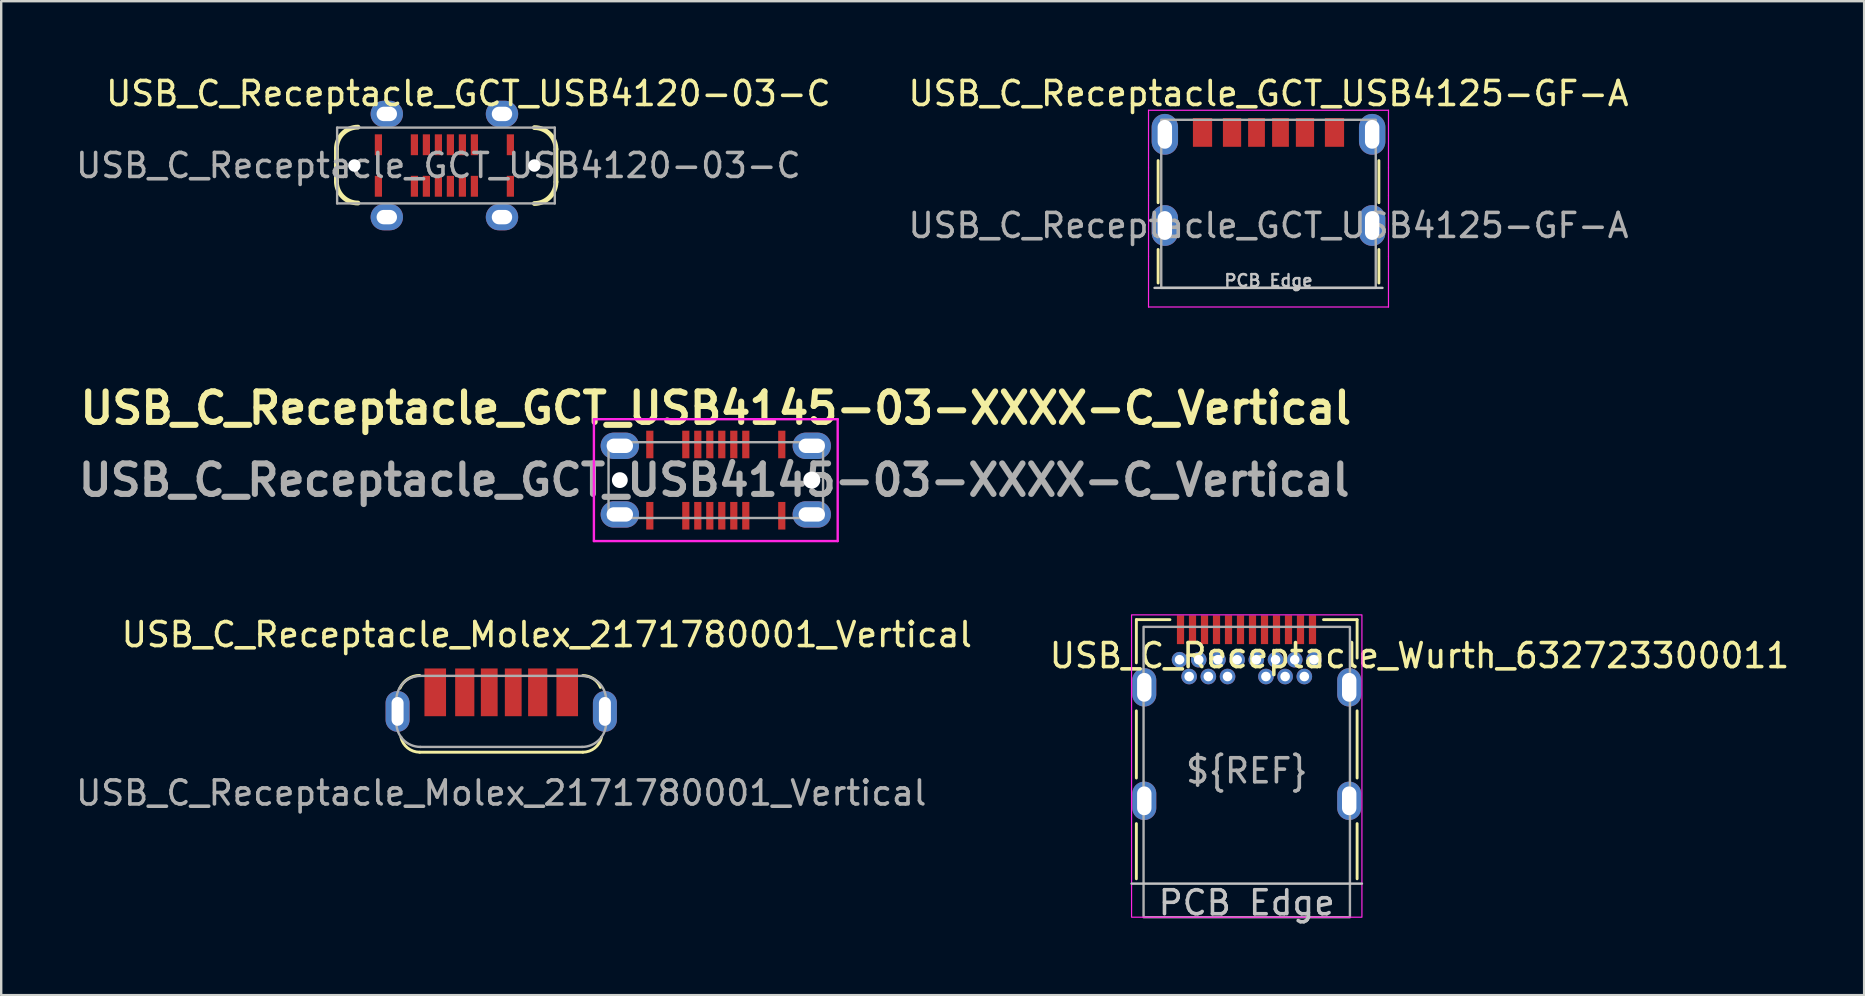
<source format=kicad_pcb>
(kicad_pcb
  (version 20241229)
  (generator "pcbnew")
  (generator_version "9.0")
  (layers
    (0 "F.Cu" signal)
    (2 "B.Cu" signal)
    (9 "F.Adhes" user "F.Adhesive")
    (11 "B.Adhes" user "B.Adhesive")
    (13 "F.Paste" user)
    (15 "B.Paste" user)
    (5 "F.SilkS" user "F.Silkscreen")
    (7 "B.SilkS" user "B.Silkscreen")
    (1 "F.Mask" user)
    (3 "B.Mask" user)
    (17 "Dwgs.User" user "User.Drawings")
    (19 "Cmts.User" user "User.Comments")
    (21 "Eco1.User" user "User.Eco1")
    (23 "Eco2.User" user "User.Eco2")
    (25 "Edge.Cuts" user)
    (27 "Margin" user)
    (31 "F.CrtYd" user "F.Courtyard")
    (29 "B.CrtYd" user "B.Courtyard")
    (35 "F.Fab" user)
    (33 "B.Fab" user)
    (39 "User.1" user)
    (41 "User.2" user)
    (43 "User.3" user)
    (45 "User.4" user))
  (footprint "USB_C_Receptacle_GCT_USB4125-GF-A"
    (layer "F.Cu")
    (at 49.815 6.348)
    (property "Reference" "USB_C_Receptacle_GCT_USB4125-GF-A" (at 0 -5.5 0) (unlocked yes) (layer "F.SilkS") (effects (font (size 1 1) (thickness 0.15))))
    (attr smd)
    (fp_line (start -4.6 -2.705) (end -4.6 -0.95) (stroke (width 0.12) (type solid)) (layer "F.SilkS"))
    (fp_line (start -4.6 0.998) (end -4.6 2.397) (stroke (width 0.12) (type solid)) (layer "F.SilkS"))
    (fp_line (start 4.6 -2.705) (end 4.6 -0.95) (stroke (width 0.12) (type solid)) (layer "F.SilkS"))
    (fp_line (start 4.6 0.998) (end 4.6 2.397) (stroke (width 0.12) (type solid)) (layer "F.SilkS"))
    (fp_line (start -4.75 2.6) (end 4.75 2.6) (stroke (width 0.1) (type solid)) (layer "Dwgs.User"))
    (fp_line (start -5 -4.803) (end -5 -2.402) (stroke (width 0.05) (type solid)) (layer "F.CrtYd"))
    (fp_line (start -5 -2.402) (end -5 -1.252) (stroke (width 0.05) (type solid)) (layer "F.CrtYd"))
    (fp_line (start -5 -1.252) (end -5 1.298) (stroke (width 0.05) (type solid)) (layer "F.CrtYd"))
    (fp_line (start -5 1.298) (end -5 3.397) (stroke (width 0.05) (type solid)) (layer "F.CrtYd"))
    (fp_line (start -5 3.397) (end 5 3.397) (stroke (width 0.05) (type solid)) (layer "F.CrtYd"))
    (fp_line (start 5 -4.803) (end -5 -4.803) (stroke (width 0.05) (type solid)) (layer "F.CrtYd"))
    (fp_line (start 5 -4.803) (end 5 -2.402) (stroke (width 0.05) (type solid)) (layer "F.CrtYd"))
    (fp_line (start 5 -2.402) (end 5 -1.252) (stroke (width 0.05) (type solid)) (layer "F.CrtYd"))
    (fp_line (start 5 -1.252) (end 5 1.298) (stroke (width 0.05) (type solid)) (layer "F.CrtYd"))
    (fp_line (start 5 1.298) (end 5 3.397) (stroke (width 0.05) (type solid)) (layer "F.CrtYd"))
    (fp_rect (start -4.47 -4.405) (end 4.47 2.6) (stroke (width 0.1) (type solid)) (fill no) (layer "F.Fab"))
    (fp_text user "PCB Edge" (at 0 2.297 0) (unlocked yes) (layer "Dwgs.User") (effects (font (size 0.5 0.5) (thickness 0.1))))
    (fp_text user "${REFERENCE}" (at 0 0 0) (unlocked yes) (layer "F.Fab") (effects (font (size 1 1) (thickness 0.15))))
    (pad "A5" smd rect (at -0.5 -3.88) (size 0.7 1.2) (layers "F.Cu" "F.Mask" "F.Paste"))
    (pad "A9" smd rect (at 1.52 -3.88 180) (size 0.76 1.2) (layers "F.Cu" "F.Mask" "F.Paste"))
    (pad "A12" smd rect (at 2.75 -3.88 180) (size 0.8 1.2) (layers "F.Cu" "F.Mask" "F.Paste"))
    (pad "B5" smd rect (at 0.5 -3.88 180) (size 0.7 1.2) (layers "F.Cu" "F.Mask" "F.Paste"))
    (pad "B9" smd rect (at -1.52 -3.88) (size 0.76 1.2) (layers "F.Cu" "F.Mask" "F.Paste"))
    (pad "B12" smd rect (at -2.75 -3.88) (size 0.8 1.2) (layers "F.Cu" "F.Mask" "F.Paste"))
    (pad "S1" thru_hole oval (at -4.32 -3.8) (size 1.1 1.7) (drill oval 0.6 1.2) (layers "*.Cu" "*.Mask"))
    (pad "S1" thru_hole oval (at -4.32 0) (size 1.1 1.7) (drill oval 0.6 1.2) (layers "*.Cu" "*.Mask"))
    (pad "S1" thru_hole oval (at 4.32 -3.8) (size 1.1 1.7) (drill oval 0.6 1.2) (layers "*.Cu" "*.Mask"))
    (pad "S1" thru_hole oval (at 4.32 0) (size 1.1 1.7) (drill oval 0.6 1.2) (layers "*.Cu" "*.Mask")))
  (footprint "USB_C_Receptacle_GCT_USB4145-03-XXXX-C_Vertical"
    (layer "F.Cu")
    (at 26.781 16.959)
    (property "Reference" "USB_C_Receptacle_GCT_USB4145-03-XXXX-C_Vertical" (at 0 -3 0) (layer "F.SilkS") (effects (font (size 1.27 1.27) (thickness 0.254))))
    (attr through_hole)
    (fp_line (start -5.08 -2.54) (end 5.08 -2.54) (stroke (width 0.1) (type solid)) (layer "F.CrtYd"))
    (fp_line (start -5.08 2.54) (end -5.08 -2.54) (stroke (width 0.1) (type solid)) (layer "F.CrtYd"))
    (fp_line (start 5.08 -2.54) (end 5.08 2.54) (stroke (width 0.1) (type solid)) (layer "F.CrtYd"))
    (fp_line (start 5.08 2.54) (end -5.08 2.54) (stroke (width 0.1) (type solid)) (layer "F.CrtYd"))
    (fp_line (start -4.47 -1.58) (end 4.47 -1.58) (stroke (width 0.1) (type solid)) (layer "F.Fab"))
    (fp_line (start -4.47 1.58) (end -4.47 -1.58) (stroke (width 0.1) (type solid)) (layer "F.Fab"))
    (fp_line (start 4.47 -1.58) (end 4.47 1.58) (stroke (width 0.1) (type solid)) (layer "F.Fab"))
    (fp_line (start 4.47 1.58) (end -4.47 1.58) (stroke (width 0.1) (type solid)) (layer "F.Fab"))
    (fp_text user "${REFERENCE}" (at -0.069 0 0) (layer "F.Fab") (effects (font (size 1.27 1.27) (thickness 0.254))))
    (pad "" np_thru_hole circle (at -4 0) (size 0.66 0.66) (drill 0.71) (layers "*.Cu" "*.Mask"))
    (pad "" np_thru_hole circle (at 4 0) (size 0.71 0.71) (drill oval 1.01 0.71) (layers "*.Cu" "*.Mask"))
    (pad "A1" smd rect (at -2.75 -1.485) (size 0.3 1.15) (layers "F.Cu" "F.Mask" "F.Paste"))
    (pad "A4" smd rect (at -1.25 -1.485) (size 0.3 1.15) (layers "F.Cu" "F.Mask" "F.Paste"))
    (pad "A5" smd rect (at -0.75 -1.485) (size 0.3 1.15) (layers "F.Cu" "F.Mask" "F.Paste"))
    (pad "A6" smd rect (at -0.25 -1.485) (size 0.3 1.15) (layers "F.Cu" "F.Mask" "F.Paste"))
    (pad "A7" smd rect (at 0.25 -1.485) (size 0.3 1.15) (layers "F.Cu" "F.Mask" "F.Paste"))
    (pad "A8" smd rect (at 0.75 -1.485) (size 0.3 1.15) (layers "F.Cu" "F.Mask" "F.Paste"))
    (pad "A9" smd rect (at 1.25 -1.485) (size 0.3 1.15) (layers "F.Cu" "F.Mask" "F.Paste"))
    (pad "A12" smd rect (at 2.75 -1.485) (size 0.3 1.15) (layers "F.Cu" "F.Mask" "F.Paste"))
    (pad "B1" smd rect (at 2.75 1.485) (size 0.3 1.15) (layers "F.Cu" "F.Mask" "F.Paste"))
    (pad "B4" smd rect (at 1.25 1.485) (size 0.3 1.15) (layers "F.Cu" "F.Mask" "F.Paste"))
    (pad "B5" smd rect (at 0.75 1.485) (size 0.3 1.15) (layers "F.Cu" "F.Mask" "F.Paste"))
    (pad "B6" smd rect (at 0.25 1.485) (size 0.3 1.15) (layers "F.Cu" "F.Mask" "F.Paste"))
    (pad "B7" smd rect (at -0.25 1.485) (size 0.3 1.15) (layers "F.Cu" "F.Mask" "F.Paste"))
    (pad "B8" smd rect (at -0.75 1.485) (size 0.3 1.15) (layers "F.Cu" "F.Mask" "F.Paste"))
    (pad "B9" smd rect (at -1.25 1.485) (size 0.3 1.15) (layers "F.Cu" "F.Mask" "F.Paste"))
    (pad "B12" smd rect (at -2.75 1.485) (size 0.3 1.15) (layers "F.Cu" "F.Mask" "F.Paste"))
    (pad "S1" thru_hole oval (at -4 -1.43) (size 1.6 1.1) (drill oval 1.1 0.6) (layers "*.Cu" "*.Mask"))
    (pad "S1" thru_hole oval (at -4 1.43) (size 1.6 1.1) (drill oval 1.1 0.6) (layers "*.Cu" "*.Mask"))
    (pad "S1" thru_hole oval (at 4 -1.43) (size 1.6 1.1) (drill oval 1.1 0.6) (layers "*.Cu" "*.Mask"))
    (pad "S1" thru_hole oval (at 4 1.43) (size 1.6 1.1) (drill oval 1.1 0.6) (layers "*.Cu" "*.Mask")))
  (footprint "USB_C_Receptacle_GCT_USB4120-03-C"
    (layer "F.Cu")
    (at 15.47 3.848)
    (property "Reference" "USB_C_Receptacle_GCT_USB4120-03-C" (at 1 -3 0) (unlocked yes) (layer "F.SilkS") (effects (font (size 1 1) (thickness 0.15))))
    (attr smd)
    (fp_line (start -4.5 0.664) (end -4.5 -0.7) (stroke (width 0.2) (type solid)) (layer "F.SilkS"))
    (fp_line (start 4.65 -0.68) (end 4.65 0.684) (stroke (width 0.2) (type solid)) (layer "F.SilkS"))
    (fp_arc (start -4.5 -0.7) (mid -4.236396 -1.336396) (end -3.6 -1.6) (stroke (width 0.2) (type default)) (layer "F.SilkS"))
    (fp_arc (start -3.6 1.563604) (mid -4.236396 1.3) (end -4.5 0.663604) (stroke (width 0.2) (type default)) (layer "F.SilkS"))
    (fp_arc (start 3.75 -1.58) (mid 4.386396 -1.316396) (end 4.65 -0.68) (stroke (width 0.2) (type default)) (layer "F.SilkS"))
    (fp_arc (start 4.65 0.683604) (mid 4.386396 1.32) (end 3.75 1.583604) (stroke (width 0.2) (type default)) (layer "F.SilkS"))
    (fp_line (start -4.47 -1.58) (end -4.47 1.58) (stroke (width 0.1) (type solid)) (layer "F.Fab"))
    (fp_line (start -4.47 1.58) (end 4.6 1.58) (stroke (width 0.1) (type solid)) (layer "F.Fab"))
    (fp_line (start 4.6 -1.58) (end -4.47 -1.58) (stroke (width 0.1) (type solid)) (layer "F.Fab"))
    (fp_line (start 4.6 1.58) (end 4.6 -1.58) (stroke (width 0.1) (type solid)) (layer "F.Fab"))
    (fp_text user "${REFERENCE}" (at -0.25 0 0) (unlocked yes) (layer "F.Fab") (effects (font (size 1 1) (thickness 0.15))))
    (pad "" np_thru_hole circle (at -3.75 0) (size 0.52 0.52) (drill 0.52) (layers "*.Cu" "*.Mask"))
    (pad "" np_thru_hole circle (at 3.75 0) (size 0.52 0.52) (drill oval 0.72 0.52) (layers "*.Cu" "*.Mask"))
    (pad "A1" smd rect (at -2.75 -0.865) (size 0.3 0.87) (layers "F.Cu" "F.Mask" "F.Paste"))
    (pad "A4" smd rect (at -1.25 -0.865) (size 0.3 0.87) (layers "F.Cu" "F.Mask" "F.Paste"))
    (pad "A5" smd rect (at -0.75 -0.865) (size 0.3 0.87) (layers "F.Cu" "F.Mask" "F.Paste"))
    (pad "A6" smd rect (at -0.25 -0.865) (size 0.3 0.87) (layers "F.Cu" "F.Mask" "F.Paste"))
    (pad "A7" smd rect (at 0.25 -0.865) (size 0.3 0.87) (layers "F.Cu" "F.Mask" "F.Paste"))
    (pad "A8" smd rect (at 0.75 -0.865) (size 0.3 0.87) (layers "F.Cu" "F.Mask" "F.Paste"))
    (pad "A9" smd rect (at 1.25 -0.865) (size 0.3 0.87) (layers "F.Cu" "F.Mask" "F.Paste"))
    (pad "A12" smd rect (at 2.75 -0.865) (size 0.3 0.87) (layers "F.Cu" "F.Mask" "F.Paste"))
    (pad "B1" smd rect (at 2.75 0.865) (size 0.3 0.87) (layers "F.Cu" "F.Mask" "F.Paste"))
    (pad "B4" smd rect (at 1.25 0.865) (size 0.3 0.87) (layers "F.Cu" "F.Mask" "F.Paste"))
    (pad "B5" smd rect (at 0.75 0.865) (size 0.3 0.87) (layers "F.Cu" "F.Mask" "F.Paste"))
    (pad "B6" smd rect (at 0.25 0.865) (size 0.3 0.87) (layers "F.Cu" "F.Mask" "F.Paste"))
    (pad "B7" smd rect (at -0.25 0.865) (size 0.3 0.87) (layers "F.Cu" "F.Mask" "F.Paste"))
    (pad "B8" smd rect (at -0.75 0.865) (size 0.3 0.87) (layers "F.Cu" "F.Mask" "F.Paste"))
    (pad "B9" smd rect (at -1.25 0.865) (size 0.3 0.87) (layers "F.Cu" "F.Mask" "F.Paste"))
    (pad "B12" smd rect (at -2.75 0.865) (size 0.3 0.87) (layers "F.Cu" "F.Mask" "F.Paste"))
    (pad "S1" thru_hole oval (at -2.4 -2.15) (size 1.35 1.1) (drill oval 0.85 0.6) (layers "*.Cu" "*.Mask"))
    (pad "S1" thru_hole oval (at -2.4 2.15) (size 1.35 1.1) (drill oval 0.85 0.6) (layers "*.Cu" "*.Mask"))
    (pad "S1" thru_hole oval (at 2.4 -2.15) (size 1.35 1.1) (drill oval 0.85 0.6) (layers "*.Cu" "*.Mask"))
    (pad "S1" thru_hole oval (at 2.4 2.15) (size 1.35 1.1) (drill oval 0.85 0.6) (layers "*.Cu" "*.Mask")))
  (footprint "USB_C_Receptacle_Wurth_632723300011"
    (layer "F.Cu")
    (at 48.908 33.774)
    (property "Reference" "USB_C_Receptacle_Wurth_632723300011" (at 7.2 -9.5 0) (unlocked yes) (layer "F.SilkS") (effects (font (size 1 1) (thickness 0.15))))
    (fp_line (start -4.6 -11) (end -4.6 -9.2) (stroke (width 0.12) (type solid)) (layer "F.SilkS"))
    (fp_line (start -4.6 -7.2) (end -4.6 -4.4) (stroke (width 0.12) (type solid)) (layer "F.SilkS"))
    (fp_line (start -4.6 -2.5) (end -4.6 -0.2) (stroke (width 0.12) (type solid)) (layer "F.SilkS"))
    (fp_line (start -3.2 -11) (end -4.6 -11) (stroke (width 0.12) (type solid)) (layer "F.SilkS"))
    (fp_line (start 4.6 -11) (end 3.2 -11) (stroke (width 0.12) (type solid)) (layer "F.SilkS"))
    (fp_line (start 4.6 -9.4) (end 4.6 -11) (stroke (width 0.12) (type solid)) (layer "F.SilkS"))
    (fp_line (start 4.6 -7.2) (end 4.6 -4.4) (stroke (width 0.12) (type solid)) (layer "F.SilkS"))
    (fp_line (start 4.6 -2.5) (end 4.6 -0.2) (stroke (width 0.12) (type solid)) (layer "F.SilkS"))
    (fp_line (start -4.8 0) (end 4.8 0) (stroke (width 0.1) (type solid)) (layer "Dwgs.User"))
    (fp_line (start -4.8 0) (end 4.8 0) (stroke (width 0.05) (type solid)) (layer "Edge.Cuts"))
    (fp_rect (start -4.8 1.4) (end 4.8 -11.2) (stroke (width 0.05) (type solid)) (fill no) (layer "F.CrtYd"))
    (fp_rect (start -4.3 -10.7) (end 4.3 1.4) (stroke (width 0.1) (type solid)) (fill no) (layer "F.Fab"))
    (fp_text user "PCB Edge" (at 0 0.8 0) (unlocked yes) (layer "Dwgs.User") (effects (font (size 1 1) (thickness 0.15))))
    (fp_text user "${REF}" (at 0 -4.7 0) (unlocked yes) (layer "F.Fab") (effects (font (size 1 1) (thickness 0.15))))
    (pad "A1" smd rect (at -2.76 -10.58) (size 0.3 1.2) (layers "F.Cu" "F.Mask" "F.Paste"))
    (pad "A2" smd rect (at -2.26 -10.58) (size 0.3 1.2) (layers "F.Cu" "F.Mask" "F.Paste"))
    (pad "A3" smd rect (at -1.76 -10.58) (size 0.3 1.2) (layers "F.Cu" "F.Mask" "F.Paste"))
    (pad "A4" smd rect (at -1.26 -10.58) (size 0.3 1.2) (layers "F.Cu" "F.Mask" "F.Paste"))
    (pad "A5" smd rect (at -0.76 -10.58) (size 0.3 1.2) (layers "F.Cu" "F.Mask" "F.Paste"))
    (pad "A6" smd rect (at -0.26 -10.58) (size 0.3 1.2) (layers "F.Cu" "F.Mask" "F.Paste"))
    (pad "A7" smd rect (at 0.24 -10.58) (size 0.3 1.2) (layers "F.Cu" "F.Mask" "F.Paste"))
    (pad "A8" smd rect (at 0.74 -10.58) (size 0.3 1.2) (layers "F.Cu" "F.Mask" "F.Paste"))
    (pad "A9" smd rect (at 1.24 -10.58) (size 0.3 1.2) (layers "F.Cu" "F.Mask" "F.Paste"))
    (pad "A10" smd rect (at 1.74 -10.58) (size 0.3 1.2) (layers "F.Cu" "F.Mask" "F.Paste"))
    (pad "A11" smd rect (at 2.24 -10.58) (size 0.3 1.2) (layers "F.Cu" "F.Mask" "F.Paste"))
    (pad "A12" smd rect (at 2.74 -10.58) (size 0.3 1.2) (layers "F.Cu" "F.Mask" "F.Paste"))
    (pad "B1" thru_hole circle (at 2.8 -9.33) (size 0.65 0.65) (drill 0.4) (layers "*.Cu" "*.Mask"))
    (pad "B2" thru_hole circle (at 2.4 -8.63) (size 0.65 0.65) (drill 0.4) (layers "*.Cu" "*.Mask"))
    (pad "B3" thru_hole circle (at 1.6 -8.63) (size 0.65 0.65) (drill 0.4) (layers "*.Cu" "*.Mask"))
    (pad "B4" thru_hole circle (at 1.2 -9.33) (size 0.65 0.65) (drill 0.4) (layers "*.Cu" "*.Mask"))
    (pad "B5" thru_hole circle (at 0.8 -8.63) (size 0.65 0.65) (drill 0.4) (layers "*.Cu" "*.Mask"))
    (pad "B6" thru_hole circle (at 0.4 -9.33) (size 0.65 0.65) (drill 0.4) (layers "*.Cu" "*.Mask"))
    (pad "B7" thru_hole circle (at -0.4 -9.33) (size 0.65 0.65) (drill 0.4) (layers "*.Cu" "*.Mask"))
    (pad "B8" thru_hole circle (at -0.8 -8.63) (size 0.65 0.65) (drill 0.4) (layers "*.Cu" "*.Mask"))
    (pad "B9" thru_hole circle (at -1.2 -9.33) (size 0.65 0.65) (drill 0.4) (layers "*.Cu" "*.Mask"))
    (pad "B10" thru_hole circle (at -1.6 -8.63) (size 0.65 0.65) (drill 0.4) (layers "*.Cu" "*.Mask"))
    (pad "B11" thru_hole circle (at -2.4 -8.63) (size 0.65 0.65) (drill 0.4) (layers "*.Cu" "*.Mask"))
    (pad "B12" thru_hole circle (at -2.8 -9.33) (size 0.65 0.65) (drill 0.4) (layers "*.Cu" "*.Mask"))
    (pad "S1" thru_hole oval (at -4.27 -8.18) (size 1 1.6) (drill oval 0.6 1.2) (layers "*.Cu" "*.Mask"))
    (pad "S1" thru_hole oval (at -4.27 -3.45) (size 1 1.6) (drill oval 0.6 1.2) (layers "*.Cu" "*.Mask"))
    (pad "S1" thru_hole circle (at -2 -9.33) (size 0.65 0.65) (drill 0.4) (layers "*.Cu" "*.Mask"))
    (pad "S1" thru_hole circle (at 2 -9.33) (size 0.65 0.65) (drill 0.4) (layers "*.Cu" "*.Mask"))
    (pad "S1" thru_hole oval (at 4.27 -8.18) (size 1 1.6) (drill oval 0.6 1.2) (layers "*.Cu" "*.Mask"))
    (pad "S1" thru_hole oval (at 4.27 -3.45) (size 1 1.6) (drill oval 0.6 1.2) (layers "*.Cu" "*.Mask")))
  (footprint "USB_C_Receptacle_Molex_2171780001_Vertical"
    (layer "F.Cu")
    (at 17.839 26.598)
    (property "Reference" "USB_C_Receptacle_Molex_2171780001_Vertical" (at 1.9 -3.2 0) (unlocked yes) (layer "F.SilkS") (effects (font (size 1 1) (thickness 0.15))))
    (attr smd)
    (fp_line (start -3.4 1.7) (end 3.4 1.7) (stroke (width 0.12) (type default)) (layer "F.SilkS"))
    (fp_arc (start -4.22243 -0.965525) (mid -3.890422 -1.354643) (end -3.4 -1.5) (stroke (width 0.12) (type default)) (layer "F.SilkS"))
    (fp_arc (start -3.4 1.7) (mid -3.900583 1.524034) (end -4.18095 1.073544) (stroke (width 0.12) (type default)) (layer "F.SilkS"))
    (fp_arc (start 3.4 -1.49416) (mid 3.842969 -1.359143) (end 4.135317 -1) (stroke (width 0.12) (type default)) (layer "F.SilkS"))
    (fp_arc (start 4.18095 1.073544) (mid 3.900582 1.524034) (end 3.4 1.7) (stroke (width 0.12) (type default)) (layer "F.SilkS"))
    (fp_line (start -4.37 0.48) (end -4.37 -0.48) (stroke (width 0.1) (type default)) (layer "F.Fab"))
    (fp_line (start -3.37 -1.48) (end 3.37 -1.48) (stroke (width 0.1) (type default)) (layer "F.Fab"))
    (fp_line (start -3.37 1.48) (end 3.37 1.48) (stroke (width 0.1) (type default)) (layer "F.Fab"))
    (fp_line (start 4.37 0.48) (end 4.37 -0.48) (stroke (width 0.1) (type default)) (layer "F.Fab"))
    (fp_arc (start -4.37 -0.48) (mid -4.076689 -1.186688) (end -3.37 -1.48) (stroke (width 0.1) (type default)) (layer "F.Fab"))
    (fp_arc (start -3.37 1.48) (mid -4.076688 1.186688) (end -4.37 0.48) (stroke (width 0.1) (type default)) (layer "F.Fab"))
    (fp_arc (start 3.37 -1.48) (mid 4.076688 -1.186688) (end 4.37 -0.48) (stroke (width 0.1) (type default)) (layer "F.Fab"))
    (fp_arc (start 4.37 0.48) (mid 4.076688 1.186688) (end 3.37 1.48) (stroke (width 0.1) (type default)) (layer "F.Fab"))
    (fp_text user "${REFERENCE}" (at 0 3.4 0) (unlocked yes) (layer "F.Fab") (effects (font (size 1 1) (thickness 0.15))))
    (pad "A5" smd rect (at 0.5 -0.795) (size 0.7 1.99) (layers "F.Cu" "F.Mask" "F.Paste"))
    (pad "A9" smd rect (at -1.52 -0.795) (size 0.8 1.99) (layers "F.Cu" "F.Mask" "F.Paste"))
    (pad "A12" smd rect (at -2.75 -0.795) (size 0.9 1.99) (layers "F.Cu" "F.Mask" "F.Paste"))
    (pad "B5" smd rect (at -0.5 -0.795) (size 0.7 1.99) (layers "F.Cu" "F.Mask" "F.Paste"))
    (pad "B9" smd rect (at 1.52 -0.795) (size 0.8 1.99) (layers "F.Cu" "F.Mask" "F.Paste"))
    (pad "B12" smd rect (at 2.75 -0.795) (size 0.9 1.99) (layers "F.Cu" "F.Mask" "F.Paste"))
    (pad "S1" thru_hole oval (at -4.32 0) (size 1 1.7) (drill oval 0.5 1.2) (layers "*.Cu" "*.Mask"))
    (pad "S1" thru_hole oval (at 4.32 0) (size 1 1.7) (drill oval 0.5 1.2) (layers "*.Cu" "*.Mask")))
  (gr_rect
    (start -3 -3)
    (end 74.638 38.423)
    (stroke (width 0.1) (type default))
    (fill no)
    (layer "Edge.Cuts")))
</source>
